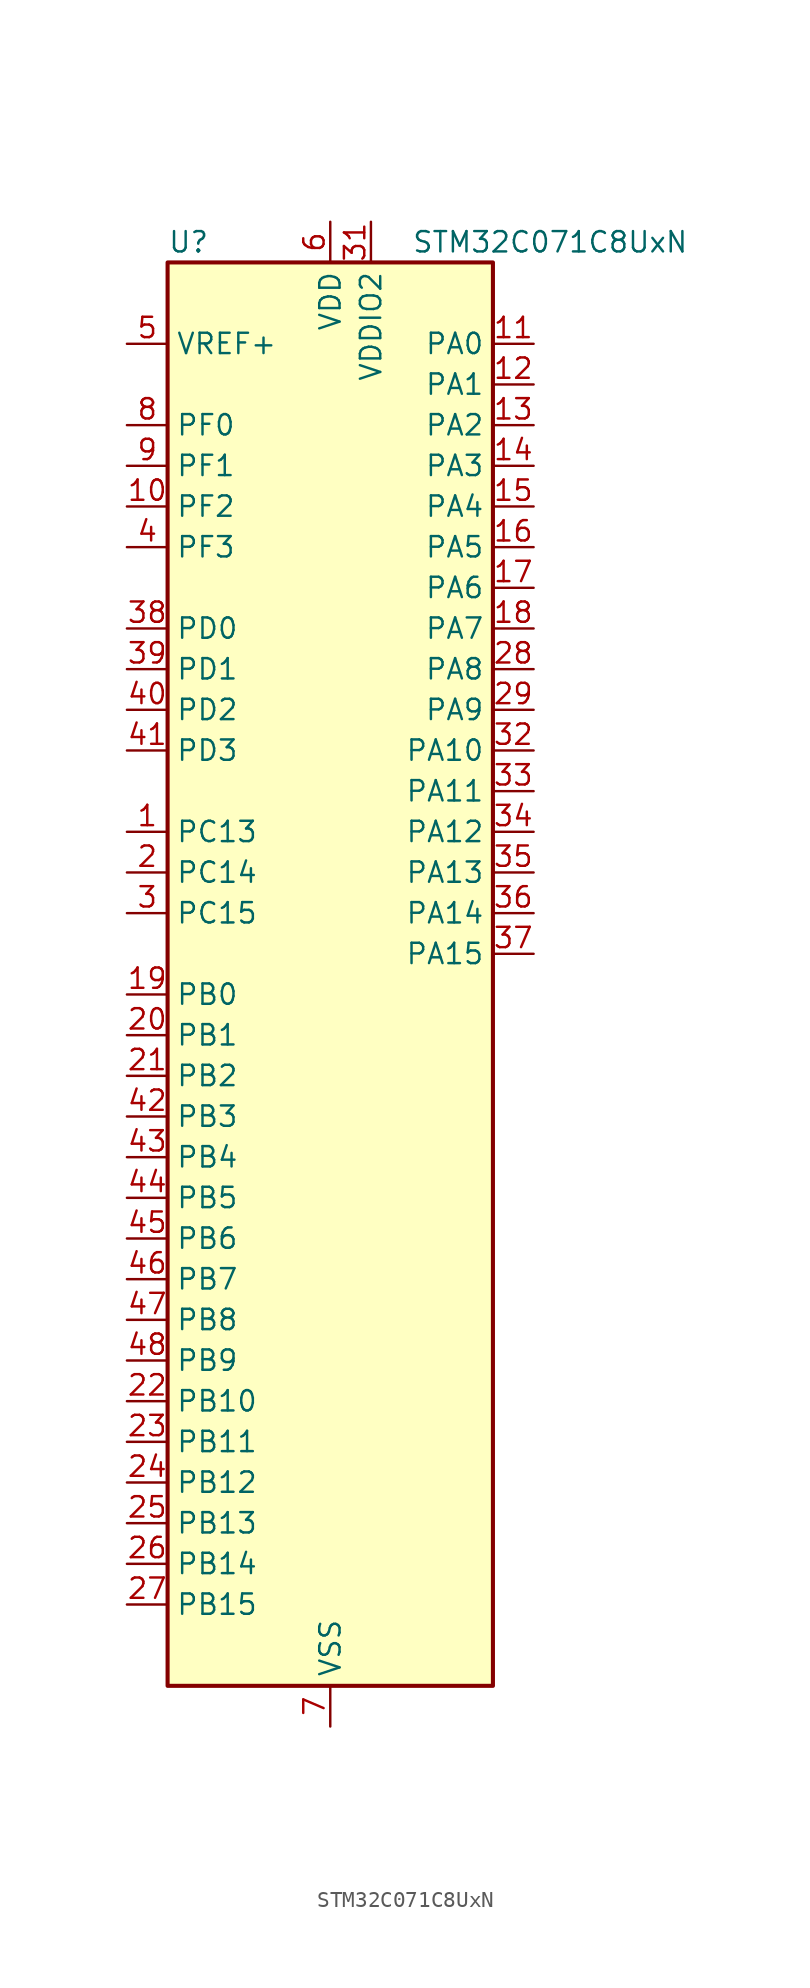
<source format=kicad_sym>
(kicad_symbol_lib
  (version 20241209)
  (generator "kicad_symbol_editor")
  (generator_version "9.0")
  (symbol "STM32C071C8UxN"
    (property "Reference" "U"
      (at -10.16 46.99 0)
      (effects (font (size 1.27 1.27)) (justify left)))
    (property "Value" "STM32C071C8UxN"
      (at 5.08 46.99 0)
      (effects (font (size 1.27 1.27)) (justify left)))
    (symbol "STM32C071C8UxN_0_1"
      (rectangle (start -10.16 -43.18) (end 10.16 45.72) (stroke (width 0.254) (type default)) (fill (type background))))
    (symbol "STM32C071C8UxN_1_1"
      (pin input line (at -12.7 40.64 0) (length 2.54) (name "VREF+" (effects (font (size 1.27 1.27)))) (number "5" (effects (font (size 1.27 1.27)))))
      (pin bidirectional line (at -12.7 35.56 0) (length 2.54) (name "PF0" (effects (font (size 1.27 1.27)))) (number "8" (effects (font (size 1.27 1.27)))) (alternate "CRS_SYNC" bidirectional line) (alternate "RCC_OSC_IN" bidirectional line) (alternate "TIM14_CH1" bidirectional line))
      (pin bidirectional line (at -12.7 33.02 0) (length 2.54) (name "PF1" (effects (font (size 1.27 1.27)))) (number "9" (effects (font (size 1.27 1.27)))) (alternate "RCC_OSC_EN" bidirectional line) (alternate "RCC_OSC_OUT" bidirectional line))
      (pin bidirectional line (at -12.7 30.48 0) (length 2.54) (name "PF2" (effects (font (size 1.27 1.27)))) (number "10" (effects (font (size 1.27 1.27)))) (alternate "RCC_MCO" bidirectional line) (alternate "TIM1_CH4" bidirectional line))
      (pin bidirectional line (at -12.7 27.94 0) (length 2.54) (name "PF3" (effects (font (size 1.27 1.27)))) (number "4" (effects (font (size 1.27 1.27)))))
      (pin bidirectional line (at -12.7 22.86 0) (length 2.54) (name "PD0" (effects (font (size 1.27 1.27)))) (number "38" (effects (font (size 1.27 1.27)))) (alternate "SPI2_NSS" bidirectional line) (alternate "TIM16_CH1" bidirectional line))
      (pin bidirectional line (at -12.7 20.32 0) (length 2.54) (name "PD1" (effects (font (size 1.27 1.27)))) (number "39" (effects (font (size 1.27 1.27)))) (alternate "SPI2_SCK" bidirectional line) (alternate "TIM17_CH1" bidirectional line))
      (pin bidirectional line (at -12.7 17.78 0) (length 2.54) (name "PD2" (effects (font (size 1.27 1.27)))) (number "40" (effects (font (size 1.27 1.27)))) (alternate "TIM1_CH1N" bidirectional line) (alternate "TIM3_ETR" bidirectional line))
      (pin bidirectional line (at -12.7 15.24 0) (length 2.54) (name "PD3" (effects (font (size 1.27 1.27)))) (number "41" (effects (font (size 1.27 1.27)))) (alternate "SPI2_MISO" bidirectional line) (alternate "TIM1_CH2N" bidirectional line) (alternate "USART2_CTS" bidirectional line) (alternate "USART2_NSS" bidirectional line))
      (pin bidirectional line (at -12.7 10.16 0) (length 2.54) (name "PC13" (effects (font (size 1.27 1.27)))) (number "1" (effects (font (size 1.27 1.27)))) (alternate "PWR_WKUP2" bidirectional line) (alternate "RTC_OUT1" bidirectional line) (alternate "RTC_TS" bidirectional line) (alternate "TIM1_BKIN" bidirectional line) (alternate "TIM1_ETR" bidirectional line))
      (pin bidirectional line (at -12.7 7.62 0) (length 2.54) (name "PC14" (effects (font (size 1.27 1.27)))) (number "2" (effects (font (size 1.27 1.27)))) (alternate "I2C1_SDA" bidirectional line) (alternate "IR_OUT" bidirectional line) (alternate "RCC_OSCX_IN" bidirectional line) (alternate "SPI2_NSS" bidirectional line) (alternate "TIM17_CH1" bidirectional line) (alternate "TIM1_BKIN2" bidirectional line) (alternate "TIM1_ETR" bidirectional line) (alternate "TIM3_CH2" bidirectional line) (alternate "USART1_TX" bidirectional line) (alternate "USART2_CK" bidirectional line) (alternate "USART2_DE" bidirectional line) (alternate "USART2_RTS" bidirectional line))
      (pin bidirectional line (at -12.7 5.08 0) (length 2.54) (name "PC15" (effects (font (size 1.27 1.27)))) (number "3" (effects (font (size 1.27 1.27)))) (alternate "RCC_OSC32_EN" bidirectional line) (alternate "RCC_OSCX_OUT" bidirectional line) (alternate "RCC_OSC_EN" bidirectional line) (alternate "TIM1_ETR" bidirectional line) (alternate "TIM3_CH3" bidirectional line))
      (pin bidirectional line (at -12.7 0 0) (length 2.54) (name "PB0" (effects (font (size 1.27 1.27)))) (number "19" (effects (font (size 1.27 1.27)))) (alternate "ADC1_IN17" bidirectional line) (alternate "I2S1_WS" bidirectional line) (alternate "SPI1_NSS" bidirectional line) (alternate "TIM1_CH2N" bidirectional line) (alternate "TIM3_CH3" bidirectional line))
      (pin bidirectional line (at -12.7 -2.54 0) (length 2.54) (name "PB1" (effects (font (size 1.27 1.27)))) (number "20" (effects (font (size 1.27 1.27)))) (alternate "ADC1_IN18" bidirectional line) (alternate "TIM14_CH1" bidirectional line) (alternate "TIM1_CH2N" bidirectional line) (alternate "TIM1_CH3N" bidirectional line) (alternate "TIM3_CH4" bidirectional line))
      (pin bidirectional line (at -12.7 -5.08 0) (length 2.54) (name "PB2" (effects (font (size 1.27 1.27)))) (number "21" (effects (font (size 1.27 1.27)))) (alternate "ADC1_IN19" bidirectional line) (alternate "RCC_MCO2" bidirectional line) (alternate "SPI2_MISO" bidirectional line) (alternate "USART1_RX" bidirectional line))
      (pin bidirectional line (at -12.7 -7.62 0) (length 2.54) (name "PB3" (effects (font (size 1.27 1.27)))) (number "42" (effects (font (size 1.27 1.27)))) (alternate "I2C2_SCL" bidirectional line) (alternate "I2S1_CK" bidirectional line) (alternate "SPI1_SCK" bidirectional line) (alternate "TIM1_CH2" bidirectional line) (alternate "TIM2_CH2" bidirectional line) (alternate "TIM3_CH2" bidirectional line) (alternate "USART1_CK" bidirectional line) (alternate "USART1_DE" bidirectional line) (alternate "USART1_RTS" bidirectional line))
      (pin bidirectional line (at -12.7 -10.16 0) (length 2.54) (name "PB4" (effects (font (size 1.27 1.27)))) (number "43" (effects (font (size 1.27 1.27)))) (alternate "I2C2_SDA" bidirectional line) (alternate "I2S1_MCK" bidirectional line) (alternate "SPI1_MISO" bidirectional line) (alternate "TIM17_BKIN" bidirectional line) (alternate "TIM3_CH1" bidirectional line) (alternate "USART1_CTS" bidirectional line) (alternate "USART1_NSS" bidirectional line))
      (pin bidirectional line (at -12.7 -12.7 0) (length 2.54) (name "PB5" (effects (font (size 1.27 1.27)))) (number "44" (effects (font (size 1.27 1.27)))) (alternate "I2C1_SMBA" bidirectional line) (alternate "I2S1_SD" bidirectional line) (alternate "PWR_WKUP6" bidirectional line) (alternate "SPI1_MOSI" bidirectional line) (alternate "TIM16_BKIN" bidirectional line) (alternate "TIM3_CH2" bidirectional line) (alternate "TIM3_CH3" bidirectional line))
      (pin bidirectional line (at -12.7 -15.24 0) (length 2.54) (name "PB6" (effects (font (size 1.27 1.27)))) (number "45" (effects (font (size 1.27 1.27)))) (alternate "I2C1_SCL" bidirectional line) (alternate "I2C1_SMBA" bidirectional line) (alternate "I2S1_CK" bidirectional line) (alternate "I2S1_MCK" bidirectional line) (alternate "I2S1_SD" bidirectional line) (alternate "PWR_WKUP3" bidirectional line) (alternate "SPI1_MISO" bidirectional line) (alternate "SPI1_MOSI" bidirectional line) (alternate "SPI1_SCK" bidirectional line) (alternate "SPI2_MISO" bidirectional line) (alternate "TIM16_BKIN" bidirectional line) (alternate "TIM16_CH1N" bidirectional line) (alternate "TIM17_BKIN" bidirectional line) (alternate "TIM1_CH2" bidirectional line) (alternate "TIM1_CH3" bidirectional line) (alternate "TIM3_CH1" bidirectional line) (alternate "TIM3_CH2" bidirectional line) (alternate "TIM3_CH3" bidirectional line) (alternate "USART1_CTS" bidirectional line) (alternate "USART1_NSS" bidirectional line) (alternate "USART1_TX" bidirectional line))
      (pin bidirectional line (at -12.7 -17.78 0) (length 2.54) (name "PB7" (effects (font (size 1.27 1.27)))) (number "46" (effects (font (size 1.27 1.27)))) (alternate "I2C1_SCL" bidirectional line) (alternate "I2C1_SDA" bidirectional line) (alternate "SPI2_MOSI" bidirectional line) (alternate "TIM16_CH1" bidirectional line) (alternate "TIM17_CH1N" bidirectional line) (alternate "TIM1_CH4" bidirectional line) (alternate "TIM3_CH1" bidirectional line) (alternate "TIM3_CH4" bidirectional line) (alternate "USART1_RX" bidirectional line) (alternate "USART2_CTS" bidirectional line) (alternate "USART2_NSS" bidirectional line))
      (pin bidirectional line (at -12.7 -20.32 0) (length 2.54) (name "PB8" (effects (font (size 1.27 1.27)))) (number "47" (effects (font (size 1.27 1.27)))) (alternate "I2C1_SCL" bidirectional line) (alternate "SPI2_SCK" bidirectional line) (alternate "TIM16_CH1" bidirectional line) (alternate "TIM3_CH1" bidirectional line) (alternate "USART2_CTS" bidirectional line) (alternate "USART2_NSS" bidirectional line))
      (pin bidirectional line (at -12.7 -22.86 0) (length 2.54) (name "PB9" (effects (font (size 1.27 1.27)))) (number "48" (effects (font (size 1.27 1.27)))) (alternate "I2C1_SDA" bidirectional line) (alternate "IR_OUT" bidirectional line) (alternate "SPI2_NSS" bidirectional line) (alternate "TIM17_CH1" bidirectional line) (alternate "TIM3_CH2" bidirectional line) (alternate "USART2_CK" bidirectional line) (alternate "USART2_DE" bidirectional line) (alternate "USART2_RTS" bidirectional line))
      (pin bidirectional line (at -12.7 -25.4 0) (length 2.54) (name "PB10" (effects (font (size 1.27 1.27)))) (number "22" (effects (font (size 1.27 1.27)))) (alternate "ADC1_IN20" bidirectional line) (alternate "I2C2_SCL" bidirectional line) (alternate "SPI2_SCK" bidirectional line) (alternate "TIM2_CH3" bidirectional line))
      (pin bidirectional line (at -12.7 -27.94 0) (length 2.54) (name "PB11" (effects (font (size 1.27 1.27)))) (number "23" (effects (font (size 1.27 1.27)))) (alternate "ADC1_EXTI11" bidirectional line) (alternate "ADC1_IN21" bidirectional line) (alternate "I2C2_SDA" bidirectional line) (alternate "SPI2_MOSI" bidirectional line) (alternate "TIM2_CH4" bidirectional line))
      (pin bidirectional line (at -12.7 -30.48 0) (length 2.54) (name "PB12" (effects (font (size 1.27 1.27)))) (number "24" (effects (font (size 1.27 1.27)))) (alternate "ADC1_IN22" bidirectional line) (alternate "SPI2_NSS" bidirectional line) (alternate "TIM1_BKIN" bidirectional line) (alternate "TIM1_BKIN2" bidirectional line))
      (pin bidirectional line (at -12.7 -33.02 0) (length 2.54) (name "PB13" (effects (font (size 1.27 1.27)))) (number "25" (effects (font (size 1.27 1.27)))) (alternate "I2C2_SCL" bidirectional line) (alternate "SPI2_SCK" bidirectional line) (alternate "TIM1_CH1N" bidirectional line))
      (pin bidirectional line (at -12.7 -35.56 0) (length 2.54) (name "PB14" (effects (font (size 1.27 1.27)))) (number "26" (effects (font (size 1.27 1.27)))) (alternate "I2C2_SDA" bidirectional line) (alternate "SPI2_MISO" bidirectional line) (alternate "TIM1_CH2N" bidirectional line))
      (pin bidirectional line (at -12.7 -38.1 0) (length 2.54) (name "PB15" (effects (font (size 1.27 1.27)))) (number "27" (effects (font (size 1.27 1.27)))) (alternate "RTC_REFIN" bidirectional line) (alternate "SPI2_MOSI" bidirectional line) (alternate "TIM1_CH3N" bidirectional line))
      (pin power_in line (at 0 48.26 270) (length 2.54) (name "VDD" (effects (font (size 1.27 1.27)))) (number "6" (effects (font (size 1.27 1.27)))))
      (pin passive line (at 0 -45.72 90) (length 2.54) (hide yes) (name "VSS" (effects (font (size 1.27 1.27)))) (number "30" (effects (font (size 1.27 1.27)))))
      (pin passive line (at 0 -45.72 90) (length 2.54) (hide yes) (name "VSS" (effects (font (size 1.27 1.27)))) (number "49" (effects (font (size 1.27 1.27)))))
      (pin power_in line (at 0 -45.72 90) (length 2.54) (name "VSS" (effects (font (size 1.27 1.27)))) (number "7" (effects (font (size 1.27 1.27)))))
      (pin power_in line (at 2.54 48.26 270) (length 2.54) (name "VDDIO2" (effects (font (size 1.27 1.27)))) (number "31" (effects (font (size 1.27 1.27)))))
      (pin bidirectional line (at 12.7 40.64 180) (length 2.54) (name "PA0" (effects (font (size 1.27 1.27)))) (number "11" (effects (font (size 1.27 1.27)))) (alternate "ADC1_IN0" bidirectional line) (alternate "PWR_WKUP1" bidirectional line) (alternate "SPI2_SCK" bidirectional line) (alternate "TIM16_CH1" bidirectional line) (alternate "TIM1_CH1" bidirectional line) (alternate "TIM2_CH1" bidirectional line) (alternate "TIM2_ETR" bidirectional line) (alternate "USART1_TX" bidirectional line) (alternate "USART2_CTS" bidirectional line) (alternate "USART2_NSS" bidirectional line))
      (pin bidirectional line (at 12.7 38.1 180) (length 2.54) (name "PA1" (effects (font (size 1.27 1.27)))) (number "12" (effects (font (size 1.27 1.27)))) (alternate "ADC1_IN1" bidirectional line) (alternate "I2C1_SMBA" bidirectional line) (alternate "I2S1_CK" bidirectional line) (alternate "SPI1_SCK" bidirectional line) (alternate "TIM17_CH1" bidirectional line) (alternate "TIM1_CH2" bidirectional line) (alternate "TIM2_CH2" bidirectional line) (alternate "USART1_RX" bidirectional line) (alternate "USART2_CK" bidirectional line) (alternate "USART2_DE" bidirectional line) (alternate "USART2_RTS" bidirectional line))
      (pin bidirectional line (at 12.7 35.56 180) (length 2.54) (name "PA2" (effects (font (size 1.27 1.27)))) (number "13" (effects (font (size 1.27 1.27)))) (alternate "ADC1_IN2" bidirectional line) (alternate "I2S1_SD" bidirectional line) (alternate "PWR_WKUP4" bidirectional line) (alternate "RCC_LSCO" bidirectional line) (alternate "SPI1_MOSI" bidirectional line) (alternate "TIM16_CH1N" bidirectional line) (alternate "TIM1_CH3" bidirectional line) (alternate "TIM2_CH3" bidirectional line) (alternate "TIM3_ETR" bidirectional line) (alternate "USART2_TX" bidirectional line))
      (pin bidirectional line (at 12.7 33.02 180) (length 2.54) (name "PA3" (effects (font (size 1.27 1.27)))) (number "14" (effects (font (size 1.27 1.27)))) (alternate "ADC1_IN3" bidirectional line) (alternate "SPI2_MISO" bidirectional line) (alternate "TIM1_CH1N" bidirectional line) (alternate "TIM1_CH4" bidirectional line) (alternate "TIM2_CH4" bidirectional line) (alternate "USART2_RX" bidirectional line))
      (pin bidirectional line (at 12.7 30.48 180) (length 2.54) (name "PA4" (effects (font (size 1.27 1.27)))) (number "15" (effects (font (size 1.27 1.27)))) (alternate "ADC1_IN4" bidirectional line) (alternate "I2S1_WS" bidirectional line) (alternate "RTC_OUT2" bidirectional line) (alternate "SPI1_NSS" bidirectional line) (alternate "SPI2_MOSI" bidirectional line) (alternate "TIM14_CH1" bidirectional line) (alternate "TIM17_CH1N" bidirectional line) (alternate "TIM1_CH2N" bidirectional line) (alternate "USART2_TX" bidirectional line) (alternate "USB_NOE" bidirectional line))
      (pin bidirectional line (at 12.7 27.94 180) (length 2.54) (name "PA5" (effects (font (size 1.27 1.27)))) (number "16" (effects (font (size 1.27 1.27)))) (alternate "ADC1_IN5" bidirectional line) (alternate "I2S1_CK" bidirectional line) (alternate "SPI1_SCK" bidirectional line) (alternate "TIM1_CH1" bidirectional line) (alternate "TIM1_CH3N" bidirectional line) (alternate "TIM2_CH1" bidirectional line) (alternate "TIM2_ETR" bidirectional line) (alternate "USART2_RX" bidirectional line))
      (pin bidirectional line (at 12.7 25.4 180) (length 2.54) (name "PA6" (effects (font (size 1.27 1.27)))) (number "17" (effects (font (size 1.27 1.27)))) (alternate "ADC1_IN6" bidirectional line) (alternate "I2C2_SDA" bidirectional line) (alternate "I2S1_MCK" bidirectional line) (alternate "SPI1_MISO" bidirectional line) (alternate "TIM16_CH1" bidirectional line) (alternate "TIM1_BKIN" bidirectional line) (alternate "TIM3_CH1" bidirectional line))
      (pin bidirectional line (at 12.7 22.86 180) (length 2.54) (name "PA7" (effects (font (size 1.27 1.27)))) (number "18" (effects (font (size 1.27 1.27)))) (alternate "ADC1_IN7" bidirectional line) (alternate "I2C2_SCL" bidirectional line) (alternate "I2S1_SD" bidirectional line) (alternate "SPI1_MOSI" bidirectional line) (alternate "TIM14_CH1" bidirectional line) (alternate "TIM17_CH1" bidirectional line) (alternate "TIM1_CH1N" bidirectional line) (alternate "TIM3_CH2" bidirectional line))
      (pin bidirectional line (at 12.7 20.32 180) (length 2.54) (name "PA8" (effects (font (size 1.27 1.27)))) (number "28" (effects (font (size 1.27 1.27)))) (alternate "ADC1_IN8" bidirectional line) (alternate "CRS_SYNC" bidirectional line) (alternate "I2S1_WS" bidirectional line) (alternate "RCC_MCO" bidirectional line) (alternate "RCC_MCO2" bidirectional line) (alternate "SPI1_NSS" bidirectional line) (alternate "SPI2_MISO" bidirectional line) (alternate "SPI2_NSS" bidirectional line) (alternate "TIM14_CH1" bidirectional line) (alternate "TIM1_CH1" bidirectional line) (alternate "TIM1_CH2N" bidirectional line) (alternate "TIM1_CH3N" bidirectional line) (alternate "TIM3_CH3" bidirectional line) (alternate "TIM3_CH4" bidirectional line) (alternate "USART1_RX" bidirectional line) (alternate "USART2_TX" bidirectional line))
      (pin bidirectional line (at 12.7 17.78 180) (length 2.54) (name "PA9" (effects (font (size 1.27 1.27)))) (number "29" (effects (font (size 1.27 1.27)))) (alternate "I2C1_SCL" bidirectional line) (alternate "I2C2_SCL" bidirectional line) (alternate "RCC_MCO" bidirectional line) (alternate "SPI2_MISO" bidirectional line) (alternate "TIM1_CH2" bidirectional line) (alternate "TIM3_ETR" bidirectional line) (alternate "USART1_TX" bidirectional line))
      (pin bidirectional line (at 12.7 15.24 180) (length 2.54) (name "PA10" (effects (font (size 1.27 1.27)))) (number "32" (effects (font (size 1.27 1.27)))) (alternate "I2C1_SDA" bidirectional line) (alternate "I2C2_SDA" bidirectional line) (alternate "RCC_MCO2" bidirectional line) (alternate "SPI2_MOSI" bidirectional line) (alternate "TIM17_BKIN" bidirectional line) (alternate "TIM1_CH3" bidirectional line) (alternate "USART1_RX" bidirectional line))
      (pin bidirectional line (at 12.7 12.7 180) (length 2.54) (name "PA11" (effects (font (size 1.27 1.27)))) (number "33" (effects (font (size 1.27 1.27)))) (alternate "ADC1_EXTI11" bidirectional line) (alternate "I2C2_SCL" bidirectional line) (alternate "I2S1_MCK" bidirectional line) (alternate "SPI1_MISO" bidirectional line) (alternate "TIM1_BKIN2" bidirectional line) (alternate "TIM1_CH4" bidirectional line) (alternate "USART1_CTS" bidirectional line) (alternate "USART1_NSS" bidirectional line) (alternate "USB_DM" bidirectional line))
      (pin bidirectional line (at 12.7 10.16 180) (length 2.54) (name "PA12" (effects (font (size 1.27 1.27)))) (number "34" (effects (font (size 1.27 1.27)))) (alternate "I2C2_SDA" bidirectional line) (alternate "I2S1_SD" bidirectional line) (alternate "I2S_CKIN" bidirectional line) (alternate "SPI1_MOSI" bidirectional line) (alternate "TIM1_ETR" bidirectional line) (alternate "USART1_CK" bidirectional line) (alternate "USART1_DE" bidirectional line) (alternate "USART1_RTS" bidirectional line) (alternate "USB_DP" bidirectional line))
      (pin bidirectional line (at 12.7 7.62 180) (length 2.54) (name "PA13" (effects (font (size 1.27 1.27)))) (number "35" (effects (font (size 1.27 1.27)))) (alternate "ADC1_IN13" bidirectional line) (alternate "DEBUG_SWDIO" bidirectional line) (alternate "IR_OUT" bidirectional line) (alternate "TIM3_ETR" bidirectional line) (alternate "USART2_RX" bidirectional line) (alternate "USB_NOE" bidirectional line))
      (pin bidirectional line (at 12.7 5.08 180) (length 2.54) (name "PA14" (effects (font (size 1.27 1.27)))) (number "36" (effects (font (size 1.27 1.27)))) (alternate "ADC1_IN14" bidirectional line) (alternate "DEBUG_SWCLK" bidirectional line) (alternate "I2S1_WS" bidirectional line) (alternate "RCC_MCO2" bidirectional line) (alternate "SPI1_NSS" bidirectional line) (alternate "TIM1_CH1" bidirectional line) (alternate "USART1_CK" bidirectional line) (alternate "USART1_DE" bidirectional line) (alternate "USART1_RTS" bidirectional line) (alternate "USART2_RX" bidirectional line) (alternate "USART2_TX" bidirectional line))
      (pin bidirectional line (at 12.7 2.54 180) (length 2.54) (name "PA15" (effects (font (size 1.27 1.27)))) (number "37" (effects (font (size 1.27 1.27)))) (alternate "I2S1_WS" bidirectional line) (alternate "RCC_MCO2" bidirectional line) (alternate "SPI1_NSS" bidirectional line) (alternate "TIM1_CH1" bidirectional line) (alternate "TIM2_CH1" bidirectional line) (alternate "TIM2_ETR" bidirectional line) (alternate "USART1_CK" bidirectional line) (alternate "USART1_DE" bidirectional line) (alternate "USART1_RTS" bidirectional line) (alternate "USART2_RX" bidirectional line) (alternate "USB_NOE" bidirectional line)))))
</source>
